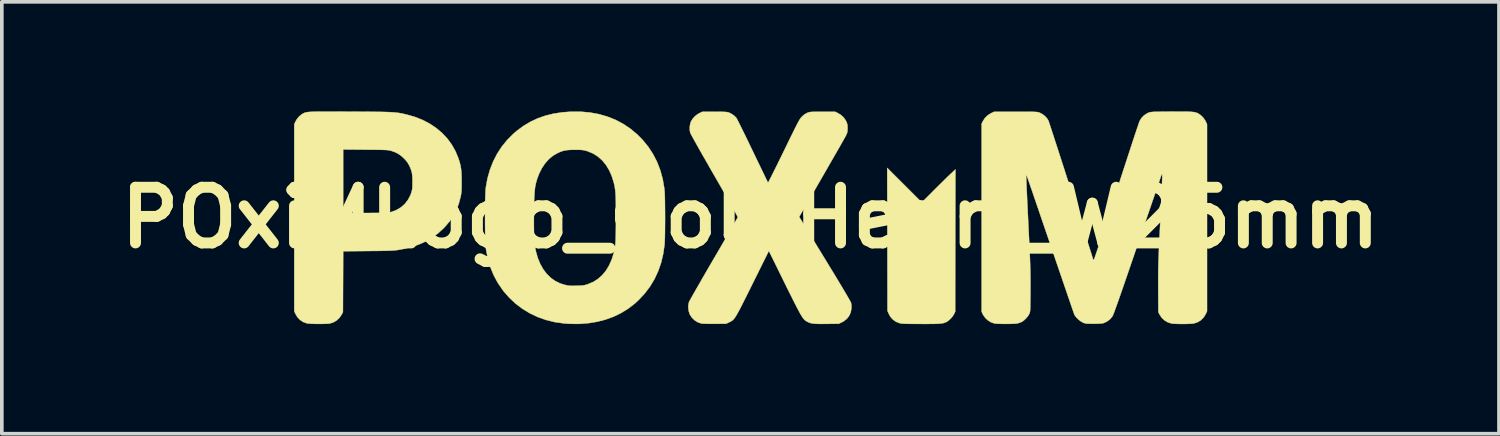
<source format=kicad_pcb>
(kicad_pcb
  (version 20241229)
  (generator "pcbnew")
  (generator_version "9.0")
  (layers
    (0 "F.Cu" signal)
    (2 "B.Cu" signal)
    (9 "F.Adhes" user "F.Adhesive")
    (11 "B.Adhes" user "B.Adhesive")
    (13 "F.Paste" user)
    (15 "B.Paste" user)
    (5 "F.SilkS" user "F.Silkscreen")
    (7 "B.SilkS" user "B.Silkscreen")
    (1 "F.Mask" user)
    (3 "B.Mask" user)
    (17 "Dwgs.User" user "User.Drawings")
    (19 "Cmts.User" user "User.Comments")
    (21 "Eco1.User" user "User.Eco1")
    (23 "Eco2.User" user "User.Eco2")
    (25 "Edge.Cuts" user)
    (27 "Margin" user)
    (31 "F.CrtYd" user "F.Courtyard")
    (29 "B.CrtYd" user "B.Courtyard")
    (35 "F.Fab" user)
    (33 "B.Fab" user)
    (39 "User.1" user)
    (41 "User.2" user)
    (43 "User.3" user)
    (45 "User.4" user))
  (footprint "POxiMLogo_GoldHeart_W25mm"
    (layer "F.Cu")
    (at 17.497 2.912)
    (property "Reference" "POxiMLogo_GoldHeart_W25mm" (at 0 0 0) (layer "F.SilkS") (effects (font (size 1.524 1.524) (thickness 0.3))))
    (attr through_hole)
    (fp_poly (pts (xy 4.377 -2.873) (xy 4.469 -2.831) (xy 4.512 -2.802) (xy 4.57 -2.746) (xy 4.622 -2.676) (xy 4.662 -2.6) (xy 4.678 -2.553) (xy 4.696 -2.483) (xy 4.705 -2.527) (xy 4.735 -2.613) (xy 4.785 -2.697) (xy 4.85 -2.773) (xy 4.925 -2.834) (xy 4.975 -2.861) (xy 5.035 -2.88) (xy 5.109 -2.89) (xy 5.189 -2.891) (xy 5.267 -2.884) (xy 5.332 -2.868) (xy 5.35 -2.861) (xy 5.414 -2.822) (xy 5.479 -2.767) (xy 5.537 -2.703) (xy 5.581 -2.638) (xy 5.584 -2.63) (xy 5.603 -2.589) (xy 5.613 -2.55) (xy 5.618 -2.505) (xy 5.619 -2.451) (xy 5.617 -2.393) (xy 5.609 -2.341) (xy 5.592 -2.29) (xy 5.565 -2.236) (xy 5.526 -2.174) (xy 5.472 -2.099) (xy 5.463 -2.087) (xy 5.439 -2.058) (xy 5.401 -2.015) (xy 5.352 -1.961) (xy 5.294 -1.899) (xy 5.23 -1.83) (xy 5.16 -1.757) (xy 5.088 -1.682) (xy 5.016 -1.608) (xy 4.946 -1.536) (xy 4.881 -1.47) (xy 4.822 -1.411) (xy 4.771 -1.362) (xy 4.732 -1.325) (xy 4.706 -1.302) (xy 4.696 -1.295) (xy 4.684 -1.304) (xy 4.657 -1.329) (xy 4.616 -1.367) (xy 4.564 -1.418) (xy 4.503 -1.478) (xy 4.434 -1.546) (xy 4.377 -1.604) (xy 4.255 -1.728) (xy 4.15 -1.837) (xy 4.062 -1.933) (xy 3.988 -2.017) (xy 3.928 -2.092) (xy 3.879 -2.16) (xy 3.84 -2.221) (xy 3.814 -2.268) (xy 3.789 -2.323) (xy 3.774 -2.364) (xy 3.768 -2.403) (xy 3.766 -2.446) (xy 3.779 -2.548) (xy 3.813 -2.639) (xy 3.864 -2.719) (xy 3.93 -2.786) (xy 4.008 -2.838) (xy 4.094 -2.875) (xy 4.187 -2.894) (xy 4.282 -2.894) (xy 4.377 -2.873)) (stroke (width 0.01) (type solid)) (fill yes) (layer "F.Mask"))
    (fp_poly (pts (xy 4.693 -0.419) (xy 5.004 -0.731) (xy 5.085 -0.812) (xy 5.168 -0.894) (xy 5.249 -0.974) (xy 5.324 -1.048) (xy 5.39 -1.113) (xy 5.444 -1.164) (xy 5.464 -1.184) (xy 5.614 -1.324) (xy 5.61 0.624) (xy 5.607 2.572) (xy 5.579 2.632) (xy 5.542 2.693) (xy 5.492 2.754) (xy 5.435 2.808) (xy 5.378 2.848) (xy 5.372 2.851) (xy 5.344 2.864) (xy 5.314 2.876) (xy 5.282 2.885) (xy 5.245 2.892) (xy 5.199 2.898) (xy 5.142 2.902) (xy 5.073 2.905) (xy 4.987 2.906) (xy 4.882 2.907) (xy 4.756 2.908) (xy 4.67 2.907) (xy 4.534 2.907) (xy 4.422 2.906) (xy 4.33 2.905) (xy 4.257 2.903) (xy 4.199 2.901) (xy 4.154 2.898) (xy 4.121 2.894) (xy 4.096 2.889) (xy 4.09 2.888) (xy 3.989 2.849) (xy 3.903 2.789) (xy 3.833 2.712) (xy 3.782 2.618) (xy 3.782 2.618) (xy 3.753 2.546) (xy 3.75 0.591) (xy 3.746 -1.365) (xy 4.693 -0.419)) (stroke (width 0.01) (type solid)) (fill yes) (layer "F.SilkS"))
    (fp_poly (pts (xy -11.36 -2.907) (xy -11.187 -2.906) (xy -10.991 -2.905) (xy -10.941 -2.905) (xy -10.737 -2.904) (xy -10.557 -2.903) (xy -10.398 -2.902) (xy -10.259 -2.9) (xy -10.138 -2.899) (xy -10.033 -2.897) (xy -9.941 -2.894) (xy -9.862 -2.891) (xy -9.793 -2.887) (xy -9.732 -2.882) (xy -9.677 -2.876) (xy -9.627 -2.87) (xy -9.579 -2.862) (xy -9.532 -2.853) (xy -9.484 -2.842) (xy -9.433 -2.83) (xy -9.389 -2.819) (xy -9.169 -2.755) (xy -8.962 -2.671) (xy -8.771 -2.57) (xy -8.596 -2.451) (xy -8.437 -2.316) (xy -8.297 -2.166) (xy -8.177 -2.002) (xy -8.077 -1.824) (xy -8.003 -1.647) (xy -7.972 -1.556) (xy -7.948 -1.473) (xy -7.931 -1.392) (xy -7.919 -1.308) (xy -7.911 -1.215) (xy -7.908 -1.108) (xy -7.907 -0.991) (xy -7.907 -0.892) (xy -7.908 -0.815) (xy -7.91 -0.753) (xy -7.914 -0.701) (xy -7.92 -0.656) (xy -7.927 -0.611) (xy -7.935 -0.575) (xy -7.985 -0.385) (xy -8.05 -0.213) (xy -8.132 -0.055) (xy -8.233 0.095) (xy -8.356 0.24) (xy -8.407 0.293) (xy -8.556 0.429) (xy -8.716 0.546) (xy -8.888 0.647) (xy -9.075 0.731) (xy -9.278 0.8) (xy -9.499 0.854) (xy -9.666 0.884) (xy -9.702 0.889) (xy -9.744 0.893) (xy -9.794 0.897) (xy -9.856 0.9) (xy -9.93 0.903) (xy -10.02 0.905) (xy -10.127 0.907) (xy -10.255 0.909) (xy -10.404 0.91) (xy -10.474 0.911) (xy -11.15 0.917) (xy -11.157 2.584) (xy -11.193 2.652) (xy -11.254 2.742) (xy -11.332 2.814) (xy -11.425 2.867) (xy -11.522 2.896) (xy -11.562 2.901) (xy -11.622 2.904) (xy -11.695 2.906) (xy -11.778 2.907) (xy -11.863 2.907) (xy -11.947 2.905) (xy -12.023 2.902) (xy -12.087 2.898) (xy -12.133 2.893) (xy -12.148 2.89) (xy -12.247 2.853) (xy -12.335 2.795) (xy -12.406 2.718) (xy -12.454 2.638) (xy -12.49 2.559) (xy -12.49 -0.126) (xy -11.151 -0.126) (xy -10.531 -0.13) (xy -10.39 -0.131) (xy -10.271 -0.132) (xy -10.173 -0.133) (xy -10.093 -0.135) (xy -10.028 -0.136) (xy -9.977 -0.138) (xy -9.936 -0.141) (xy -9.904 -0.144) (xy -9.878 -0.148) (xy -9.855 -0.153) (xy -9.833 -0.159) (xy -9.817 -0.163) (xy -9.682 -0.217) (xy -9.563 -0.289) (xy -9.461 -0.38) (xy -9.377 -0.489) (xy -9.311 -0.614) (xy -9.288 -0.677) (xy -9.275 -0.72) (xy -9.265 -0.758) (xy -9.259 -0.797) (xy -9.255 -0.843) (xy -9.254 -0.903) (xy -9.253 -0.978) (xy -9.254 -1.08) (xy -9.259 -1.162) (xy -9.269 -1.233) (xy -9.287 -1.299) (xy -9.312 -1.365) (xy -9.344 -1.435) (xy -9.384 -1.505) (xy -9.435 -1.571) (xy -9.487 -1.626) (xy -9.571 -1.702) (xy -9.656 -1.759) (xy -9.752 -1.804) (xy -9.83 -1.83) (xy -9.853 -1.837) (xy -9.875 -1.842) (xy -9.899 -1.847) (xy -9.927 -1.851) (xy -9.962 -1.854) (xy -10.006 -1.856) (xy -10.062 -1.858) (xy -10.133 -1.86) (xy -10.219 -1.861) (xy -10.325 -1.862) (xy -10.452 -1.863) (xy -10.538 -1.864) (xy -11.151 -1.869) (xy -11.151 -0.126) (xy -12.49 -0.126) (xy -12.49 -2.559) (xy -12.454 -2.638) (xy -12.407 -2.715) (xy -12.344 -2.786) (xy -12.272 -2.841) (xy -12.247 -2.855) (xy -12.228 -2.864) (xy -12.209 -2.873) (xy -12.188 -2.88) (xy -12.163 -2.886) (xy -12.134 -2.891) (xy -12.097 -2.896) (xy -12.052 -2.899) (xy -11.997 -2.902) (xy -11.929 -2.904) (xy -11.849 -2.906) (xy -11.753 -2.907) (xy -11.641 -2.907) (xy -11.51 -2.907) (xy -11.36 -2.907)) (stroke (width 0.01) (type solid)) (fill yes) (layer "F.SilkS"))
    (fp_poly (pts (xy -4.648 -2.904) (xy -4.392 -2.881) (xy -4.146 -2.836) (xy -3.912 -2.768) (xy -3.689 -2.679) (xy -3.479 -2.567) (xy -3.281 -2.434) (xy -3.096 -2.279) (xy -2.949 -2.129) (xy -2.796 -1.942) (xy -2.665 -1.741) (xy -2.555 -1.527) (xy -2.468 -1.301) (xy -2.402 -1.062) (xy -2.359 -0.811) (xy -2.35 -0.731) (xy -2.347 -0.683) (xy -2.344 -0.612) (xy -2.342 -0.523) (xy -2.34 -0.418) (xy -2.339 -0.303) (xy -2.338 -0.178) (xy -2.337 -0.05) (xy -2.337 0.08) (xy -2.338 0.209) (xy -2.339 0.331) (xy -2.34 0.444) (xy -2.342 0.545) (xy -2.345 0.63) (xy -2.348 0.696) (xy -2.35 0.731) (xy -2.387 0.988) (xy -2.445 1.232) (xy -2.525 1.462) (xy -2.627 1.68) (xy -2.75 1.885) (xy -2.896 2.077) (xy -3.064 2.256) (xy -3.159 2.344) (xy -3.339 2.484) (xy -3.534 2.605) (xy -3.743 2.707) (xy -3.965 2.788) (xy -4.199 2.848) (xy -4.444 2.888) (xy -4.699 2.907) (xy -4.961 2.904) (xy -5.105 2.893) (xy -5.353 2.858) (xy -5.592 2.8) (xy -5.82 2.72) (xy -6.036 2.618) (xy -6.239 2.495) (xy -6.429 2.352) (xy -6.603 2.189) (xy -6.761 2.008) (xy -6.781 1.981) (xy -6.918 1.781) (xy -7.031 1.57) (xy -7.123 1.346) (xy -7.192 1.11) (xy -7.24 0.862) (xy -7.245 0.822) (xy -7.25 0.767) (xy -7.255 0.69) (xy -7.258 0.595) (xy -7.261 0.484) (xy -7.264 0.361) (xy -7.265 0.229) (xy -7.266 0.092) (xy -7.266 0.031) (xy -5.929 0.031) (xy -5.929 0.204) (xy -5.927 0.356) (xy -5.923 0.489) (xy -5.916 0.605) (xy -5.908 0.707) (xy -5.897 0.796) (xy -5.883 0.876) (xy -5.875 0.914) (xy -5.824 1.096) (xy -5.757 1.261) (xy -5.675 1.407) (xy -5.579 1.535) (xy -5.469 1.643) (xy -5.347 1.73) (xy -5.214 1.796) (xy -5.117 1.827) (xy -5.065 1.841) (xy -5.023 1.851) (xy -4.986 1.858) (xy -4.948 1.861) (xy -4.903 1.863) (xy -4.845 1.863) (xy -4.768 1.862) (xy -4.763 1.861) (xy -4.685 1.86) (xy -4.627 1.857) (xy -4.58 1.853) (xy -4.54 1.846) (xy -4.5 1.835) (xy -4.452 1.82) (xy -4.442 1.816) (xy -4.3 1.756) (xy -4.172 1.674) (xy -4.057 1.571) (xy -3.955 1.448) (xy -3.869 1.305) (xy -3.797 1.143) (xy -3.741 0.963) (xy -3.741 0.962) (xy -3.728 0.91) (xy -3.717 0.859) (xy -3.709 0.808) (xy -3.701 0.753) (xy -3.696 0.691) (xy -3.691 0.62) (xy -3.688 0.538) (xy -3.686 0.441) (xy -3.684 0.328) (xy -3.683 0.195) (xy -3.683 0.04) (xy -3.683 0) (xy -3.683 -0.161) (xy -3.684 -0.299) (xy -3.685 -0.417) (xy -3.687 -0.517) (xy -3.69 -0.602) (xy -3.695 -0.676) (xy -3.7 -0.739) (xy -3.707 -0.796) (xy -3.715 -0.848) (xy -3.725 -0.898) (xy -3.737 -0.949) (xy -3.74 -0.96) (xy -3.796 -1.14) (xy -3.868 -1.302) (xy -3.955 -1.446) (xy -4.057 -1.569) (xy -4.173 -1.673) (xy -4.303 -1.756) (xy -4.446 -1.817) (xy -4.49 -1.831) (xy -4.532 -1.842) (xy -4.571 -1.85) (xy -4.613 -1.856) (xy -4.664 -1.859) (xy -4.729 -1.86) (xy -4.807 -1.86) (xy -4.909 -1.859) (xy -4.992 -1.854) (xy -5.062 -1.846) (xy -5.125 -1.832) (xy -5.187 -1.811) (xy -5.254 -1.783) (xy -5.277 -1.772) (xy -5.402 -1.701) (xy -5.516 -1.607) (xy -5.619 -1.492) (xy -5.709 -1.359) (xy -5.785 -1.208) (xy -5.836 -1.073) (xy -5.855 -1.01) (xy -5.872 -0.949) (xy -5.885 -0.887) (xy -5.897 -0.822) (xy -5.905 -0.75) (xy -5.912 -0.669) (xy -5.918 -0.575) (xy -5.922 -0.464) (xy -5.925 -0.335) (xy -5.927 -0.184) (xy -5.927 -0.165) (xy -5.929 0.031) (xy -7.266 0.031) (xy -7.266 -0.048) (xy -7.265 -0.186) (xy -7.264 -0.32) (xy -7.262 -0.446) (xy -7.259 -0.561) (xy -7.256 -0.661) (xy -7.252 -0.744) (xy -7.247 -0.806) (xy -7.245 -0.822) (xy -7.201 -1.07) (xy -7.134 -1.308) (xy -7.046 -1.534) (xy -6.937 -1.748) (xy -6.808 -1.947) (xy -6.658 -2.132) (xy -6.489 -2.3) (xy -6.397 -2.379) (xy -6.213 -2.515) (xy -6.022 -2.629) (xy -5.821 -2.723) (xy -5.61 -2.796) (xy -5.385 -2.851) (xy -5.146 -2.887) (xy -4.915 -2.904) (xy -4.648 -2.904)) (stroke (width 0.01) (type solid)) (fill yes) (layer "F.SilkS"))
    (fp_poly (pts (xy 2.39 -2.868) (xy 2.48 -2.814) (xy 2.556 -2.743) (xy 2.613 -2.66) (xy 2.624 -2.638) (xy 2.643 -2.592) (xy 2.654 -2.552) (xy 2.659 -2.506) (xy 2.661 -2.451) (xy 2.659 -2.393) (xy 2.654 -2.35) (xy 2.643 -2.311) (xy 2.624 -2.267) (xy 2.621 -2.261) (xy 2.609 -2.238) (xy 2.585 -2.195) (xy 2.551 -2.133) (xy 2.506 -2.055) (xy 2.453 -1.96) (xy 2.391 -1.852) (xy 2.322 -1.732) (xy 2.247 -1.602) (xy 2.167 -1.463) (xy 2.083 -1.316) (xy 1.995 -1.164) (xy 1.959 -1.101) (xy 1.336 -0.024) (xy 2.038 1.123) (xy 2.149 1.306) (xy 2.254 1.477) (xy 2.35 1.636) (xy 2.437 1.781) (xy 2.515 1.911) (xy 2.583 2.025) (xy 2.641 2.123) (xy 2.687 2.203) (xy 2.722 2.265) (xy 2.745 2.307) (xy 2.755 2.328) (xy 2.755 2.329) (xy 2.765 2.384) (xy 2.767 2.452) (xy 2.766 2.482) (xy 2.747 2.588) (xy 2.706 2.682) (xy 2.644 2.763) (xy 2.561 2.83) (xy 2.502 2.863) (xy 2.419 2.902) (xy 2.096 2.906) (xy 1.975 2.907) (xy 1.876 2.907) (xy 1.796 2.904) (xy 1.732 2.899) (xy 1.679 2.891) (xy 1.635 2.88) (xy 1.596 2.866) (xy 1.56 2.849) (xy 1.54 2.838) (xy 1.522 2.827) (xy 1.504 2.814) (xy 1.486 2.8) (xy 1.468 2.781) (xy 1.448 2.757) (xy 1.427 2.728) (xy 1.403 2.69) (xy 1.375 2.645) (xy 1.344 2.589) (xy 1.308 2.522) (xy 1.266 2.442) (xy 1.218 2.349) (xy 1.164 2.241) (xy 1.102 2.117) (xy 1.031 1.976) (xy 0.952 1.816) (xy 0.864 1.636) (xy 0.765 1.436) (xy 0.721 1.346) (xy 0.505 0.908) (xy 0.057 1.81) (xy -0.028 1.982) (xy -0.103 2.132) (xy -0.168 2.262) (xy -0.225 2.375) (xy -0.274 2.471) (xy -0.316 2.551) (xy -0.353 2.618) (xy -0.385 2.673) (xy -0.412 2.717) (xy -0.437 2.752) (xy -0.46 2.78) (xy -0.481 2.802) (xy -0.503 2.819) (xy -0.525 2.833) (xy -0.548 2.845) (xy -0.574 2.858) (xy -0.584 2.863) (xy -0.667 2.902) (xy -0.978 2.904) (xy -1.068 2.904) (xy -1.152 2.904) (xy -1.227 2.902) (xy -1.287 2.9) (xy -1.329 2.897) (xy -1.345 2.895) (xy -1.439 2.863) (xy -1.526 2.809) (xy -1.6 2.737) (xy -1.657 2.651) (xy -1.659 2.646) (xy -1.686 2.568) (xy -1.7 2.482) (xy -1.7 2.395) (xy -1.684 2.317) (xy -1.68 2.305) (xy -1.67 2.285) (xy -1.648 2.245) (xy -1.616 2.187) (xy -1.573 2.11) (xy -1.521 2.019) (xy -1.46 1.913) (xy -1.392 1.795) (xy -1.318 1.665) (xy -1.238 1.527) (xy -1.153 1.38) (xy -1.064 1.227) (xy -1.004 1.124) (xy -0.913 0.969) (xy -0.826 0.82) (xy -0.744 0.678) (xy -0.667 0.546) (xy -0.596 0.423) (xy -0.533 0.313) (xy -0.477 0.216) (xy -0.43 0.134) (xy -0.392 0.069) (xy -0.365 0.021) (xy -0.35 -0.007) (xy -0.346 -0.014) (xy -0.352 -0.028) (xy -0.369 -0.063) (xy -0.398 -0.116) (xy -0.437 -0.188) (xy -0.486 -0.276) (xy -0.544 -0.379) (xy -0.61 -0.496) (xy -0.683 -0.625) (xy -0.763 -0.765) (xy -0.849 -0.915) (xy -0.94 -1.073) (xy -0.983 -1.147) (xy -1.073 -1.303) (xy -1.159 -1.454) (xy -1.241 -1.598) (xy -1.319 -1.733) (xy -1.39 -1.859) (xy -1.454 -1.973) (xy -1.511 -2.073) (xy -1.559 -2.16) (xy -1.597 -2.23) (xy -1.625 -2.282) (xy -1.642 -2.314) (xy -1.646 -2.324) (xy -1.66 -2.396) (xy -1.661 -2.479) (xy -1.65 -2.562) (xy -1.628 -2.632) (xy -1.587 -2.702) (xy -1.527 -2.77) (xy -1.457 -2.828) (xy -1.393 -2.865) (xy -1.314 -2.902) (xy -0.978 -2.902) (xy -0.873 -2.901) (xy -0.79 -2.901) (xy -0.726 -2.899) (xy -0.678 -2.897) (xy -0.642 -2.893) (xy -0.615 -2.888) (xy -0.593 -2.882) (xy -0.587 -2.88) (xy -0.516 -2.844) (xy -0.449 -2.798) (xy -0.395 -2.747) (xy -0.383 -2.731) (xy -0.372 -2.712) (xy -0.351 -2.672) (xy -0.32 -2.612) (xy -0.282 -2.536) (xy -0.237 -2.444) (xy -0.185 -2.339) (xy -0.128 -2.223) (xy -0.067 -2.097) (xy -0.003 -1.963) (xy 0.063 -1.827) (xy 0.129 -1.689) (xy 0.192 -1.558) (xy 0.252 -1.435) (xy 0.306 -1.322) (xy 0.355 -1.221) (xy 0.397 -1.135) (xy 0.431 -1.063) (xy 0.458 -1.01) (xy 0.475 -0.975) (xy 0.482 -0.962) (xy 0.482 -0.962) (xy 0.489 -0.971) (xy 0.506 -1.002) (xy 0.532 -1.052) (xy 0.567 -1.12) (xy 0.609 -1.204) (xy 0.658 -1.302) (xy 0.713 -1.412) (xy 0.773 -1.534) (xy 0.837 -1.664) (xy 0.904 -1.802) (xy 0.915 -1.824) (xy 0.994 -1.987) (xy 1.063 -2.128) (xy 1.123 -2.25) (xy 1.174 -2.354) (xy 1.217 -2.441) (xy 1.254 -2.514) (xy 1.285 -2.574) (xy 1.311 -2.622) (xy 1.332 -2.661) (xy 1.35 -2.691) (xy 1.366 -2.715) (xy 1.38 -2.735) (xy 1.394 -2.751) (xy 1.407 -2.765) (xy 1.411 -2.769) (xy 1.481 -2.83) (xy 1.553 -2.87) (xy 1.557 -2.872) (xy 1.581 -2.881) (xy 1.603 -2.888) (xy 1.627 -2.893) (xy 1.657 -2.897) (xy 1.697 -2.899) (xy 1.749 -2.901) (xy 1.817 -2.902) (xy 1.906 -2.902) (xy 1.975 -2.902) (xy 2.318 -2.902) (xy 2.39 -2.868)) (stroke (width 0.01) (type solid)) (fill yes) (layer "F.SilkS"))
    (fp_poly (pts (xy 11.886 -2.907) (xy 11.971 -2.905) (xy 12.04 -2.902) (xy 12.096 -2.898) (xy 12.142 -2.893) (xy 12.179 -2.885) (xy 12.211 -2.877) (xy 12.238 -2.866) (xy 12.26 -2.855) (xy 12.333 -2.806) (xy 12.4 -2.74) (xy 12.453 -2.664) (xy 12.467 -2.638) (xy 12.503 -2.559) (xy 12.503 2.559) (xy 12.467 2.638) (xy 12.411 2.728) (xy 12.338 2.803) (xy 12.249 2.858) (xy 12.148 2.893) (xy 12.144 2.894) (xy 12.105 2.899) (xy 12.047 2.903) (xy 11.974 2.906) (xy 11.892 2.908) (xy 11.806 2.908) (xy 11.723 2.907) (xy 11.647 2.905) (xy 11.584 2.902) (xy 11.54 2.897) (xy 11.534 2.896) (xy 11.431 2.864) (xy 11.339 2.81) (xy 11.262 2.737) (xy 11.205 2.652) (xy 11.17 2.584) (xy 11.167 1.943) (xy 11.166 1.834) (xy 11.166 1.735) (xy 11.166 1.644) (xy 11.167 1.557) (xy 11.167 1.473) (xy 11.169 1.389) (xy 11.171 1.304) (xy 11.173 1.214) (xy 11.177 1.117) (xy 11.181 1.011) (xy 11.185 0.894) (xy 11.191 0.763) (xy 11.198 0.616) (xy 11.206 0.45) (xy 11.215 0.264) (xy 11.225 0.064) (xy 11.233 -0.112) (xy 11.241 -0.28) (xy 11.249 -0.439) (xy 11.255 -0.587) (xy 11.261 -0.723) (xy 11.266 -0.845) (xy 11.27 -0.952) (xy 11.274 -1.04) (xy 11.276 -1.109) (xy 11.277 -1.157) (xy 11.276 -1.183) (xy 11.276 -1.186) (xy 11.265 -1.184) (xy 11.253 -1.164) (xy 11.252 -1.161) (xy 11.246 -1.145) (xy 11.233 -1.107) (xy 11.212 -1.046) (xy 11.185 -0.966) (xy 11.151 -0.867) (xy 11.111 -0.751) (xy 11.066 -0.618) (xy 11.015 -0.471) (xy 10.96 -0.31) (xy 10.901 -0.138) (xy 10.838 0.046) (xy 10.772 0.239) (xy 10.704 0.441) (xy 10.632 0.649) (xy 10.596 0.755) (xy 10.506 1.02) (xy 10.423 1.262) (xy 10.348 1.481) (xy 10.28 1.679) (xy 10.219 1.857) (xy 10.164 2.014) (xy 10.116 2.153) (xy 10.073 2.274) (xy 10.036 2.378) (xy 10.004 2.466) (xy 9.978 2.539) (xy 9.956 2.598) (xy 9.938 2.643) (xy 9.925 2.675) (xy 9.915 2.696) (xy 9.911 2.702) (xy 9.849 2.776) (xy 9.77 2.837) (xy 9.684 2.879) (xy 9.655 2.888) (xy 9.62 2.894) (xy 9.577 2.898) (xy 9.519 2.901) (xy 9.442 2.902) (xy 9.398 2.902) (xy 9.318 2.902) (xy 9.258 2.901) (xy 9.214 2.899) (xy 9.181 2.895) (xy 9.154 2.889) (xy 9.128 2.88) (xy 9.099 2.867) (xy 9.097 2.865) (xy 9.035 2.829) (xy 8.974 2.78) (xy 8.919 2.724) (xy 8.88 2.67) (xy 8.874 2.66) (xy 8.868 2.644) (xy 8.854 2.605) (xy 8.833 2.545) (xy 8.805 2.465) (xy 8.771 2.366) (xy 8.731 2.249) (xy 8.685 2.116) (xy 8.635 1.969) (xy 8.58 1.808) (xy 8.521 1.635) (xy 8.458 1.451) (xy 8.392 1.258) (xy 8.323 1.056) (xy 8.252 0.848) (xy 8.217 0.743) (xy 8.145 0.532) (xy 8.075 0.328) (xy 8.008 0.131) (xy 7.944 -0.056) (xy 7.884 -0.233) (xy 7.827 -0.399) (xy 7.775 -0.551) (xy 7.728 -0.689) (xy 7.685 -0.812) (xy 7.649 -0.917) (xy 7.619 -1.005) (xy 7.595 -1.072) (xy 7.578 -1.12) (xy 7.569 -1.145) (xy 7.567 -1.149) (xy 7.554 -1.156) (xy 7.551 -1.154) (xy 7.551 -1.141) (xy 7.552 -1.104) (xy 7.554 -1.045) (xy 7.557 -0.966) (xy 7.561 -0.868) (xy 7.566 -0.754) (xy 7.572 -0.624) (xy 7.578 -0.48) (xy 7.586 -0.325) (xy 7.594 -0.16) (xy 7.602 0.014) (xy 7.608 0.14) (xy 7.619 0.354) (xy 7.628 0.544) (xy 7.636 0.713) (xy 7.643 0.864) (xy 7.649 0.998) (xy 7.654 1.117) (xy 7.658 1.225) (xy 7.661 1.322) (xy 7.664 1.411) (xy 7.666 1.495) (xy 7.667 1.575) (xy 7.668 1.654) (xy 7.669 1.734) (xy 7.669 1.817) (xy 7.668 1.905) (xy 7.668 2) (xy 7.667 2.136) (xy 7.666 2.248) (xy 7.665 2.34) (xy 7.664 2.414) (xy 7.663 2.472) (xy 7.66 2.517) (xy 7.658 2.551) (xy 7.654 2.576) (xy 7.65 2.596) (xy 7.645 2.612) (xy 7.639 2.627) (xy 7.636 2.632) (xy 7.6 2.693) (xy 7.549 2.754) (xy 7.492 2.808) (xy 7.436 2.848) (xy 7.43 2.851) (xy 7.381 2.871) (xy 7.326 2.889) (xy 7.305 2.894) (xy 7.269 2.899) (xy 7.213 2.902) (xy 7.142 2.905) (xy 7.062 2.906) (xy 6.978 2.907) (xy 6.894 2.906) (xy 6.817 2.904) (xy 6.751 2.902) (xy 6.703 2.898) (xy 6.685 2.895) (xy 6.594 2.865) (xy 6.509 2.814) (xy 6.435 2.747) (xy 6.377 2.667) (xy 6.364 2.642) (xy 6.331 2.572) (xy 6.331 -2.572) (xy 6.364 -2.642) (xy 6.418 -2.727) (xy 6.491 -2.8) (xy 6.581 -2.858) (xy 6.591 -2.863) (xy 6.674 -2.902) (xy 7.264 -2.902) (xy 7.402 -2.902) (xy 7.517 -2.902) (xy 7.611 -2.901) (xy 7.687 -2.901) (xy 7.748 -2.9) (xy 7.795 -2.898) (xy 7.831 -2.896) (xy 7.858 -2.893) (xy 7.88 -2.889) (xy 7.898 -2.884) (xy 7.914 -2.878) (xy 7.927 -2.873) (xy 8.003 -2.832) (xy 8.074 -2.775) (xy 8.131 -2.709) (xy 8.158 -2.663) (xy 8.165 -2.646) (xy 8.178 -2.607) (xy 8.198 -2.547) (xy 8.224 -2.468) (xy 8.256 -2.371) (xy 8.293 -2.258) (xy 8.334 -2.13) (xy 8.38 -1.99) (xy 8.429 -1.838) (xy 8.481 -1.677) (xy 8.536 -1.507) (xy 8.593 -1.331) (xy 8.651 -1.15) (xy 8.711 -0.966) (xy 8.771 -0.78) (xy 8.831 -0.593) (xy 8.89 -0.408) (xy 8.949 -0.226) (xy 9.006 -0.049) (xy 9.06 0.122) (xy 9.113 0.286) (xy 9.162 0.44) (xy 9.208 0.583) (xy 9.249 0.714) (xy 9.286 0.83) (xy 9.318 0.931) (xy 9.345 1.015) (xy 9.365 1.08) (xy 9.378 1.124) (xy 9.385 1.147) (xy 9.385 1.149) (xy 9.395 1.155) (xy 9.401 1.156) (xy 9.407 1.144) (xy 9.421 1.108) (xy 9.442 1.05) (xy 9.469 0.969) (xy 9.504 0.866) (xy 9.545 0.743) (xy 9.593 0.599) (xy 9.647 0.436) (xy 9.707 0.253) (xy 9.773 0.052) (xy 9.844 -0.167) (xy 9.92 -0.403) (xy 10.002 -0.655) (xy 10.019 -0.708) (xy 10.088 -0.92) (xy 10.154 -1.126) (xy 10.219 -1.325) (xy 10.281 -1.515) (xy 10.34 -1.695) (xy 10.395 -1.864) (xy 10.446 -2.021) (xy 10.493 -2.163) (xy 10.535 -2.29) (xy 10.572 -2.4) (xy 10.603 -2.492) (xy 10.627 -2.565) (xy 10.645 -2.616) (xy 10.656 -2.645) (xy 10.658 -2.65) (xy 10.709 -2.732) (xy 10.779 -2.804) (xy 10.862 -2.858) (xy 10.894 -2.873) (xy 10.912 -2.88) (xy 10.93 -2.886) (xy 10.95 -2.89) (xy 10.975 -2.894) (xy 11.007 -2.897) (xy 11.049 -2.9) (xy 11.103 -2.901) (xy 11.172 -2.903) (xy 11.259 -2.904) (xy 11.365 -2.905) (xy 11.494 -2.906) (xy 11.513 -2.906) (xy 11.659 -2.907) (xy 11.783 -2.907) (xy 11.886 -2.907)) (stroke (width 0.01) (type solid)) (fill yes) (layer "F.SilkS")))
  (gr_rect
    (start -3 -3)
    (end 37.994 8.825)
    (stroke (width 0.1) (type default))
    (fill no)
    (layer "Edge.Cuts")))
</source>
